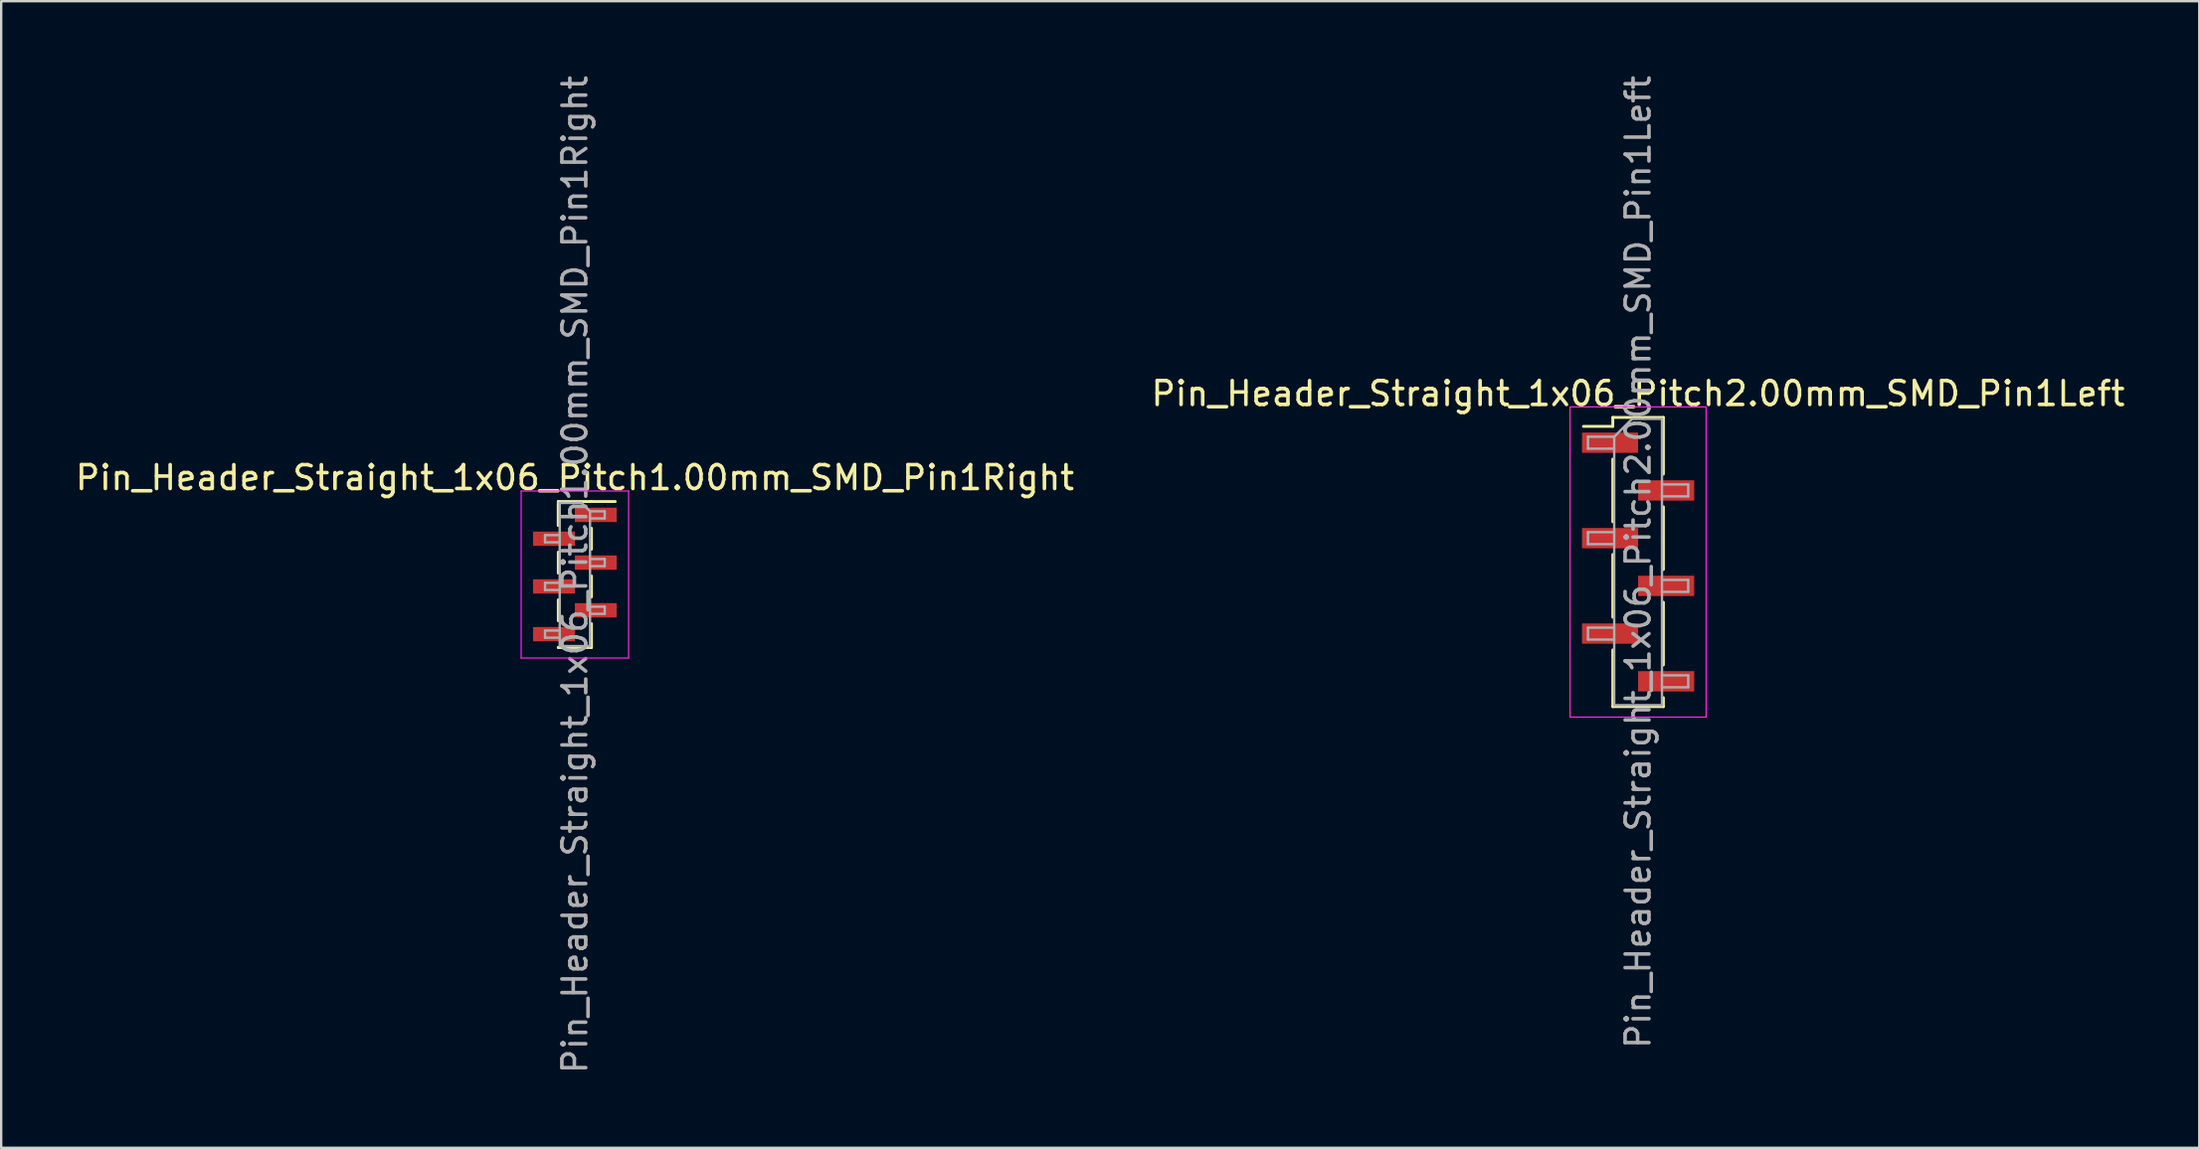
<source format=kicad_pcb>
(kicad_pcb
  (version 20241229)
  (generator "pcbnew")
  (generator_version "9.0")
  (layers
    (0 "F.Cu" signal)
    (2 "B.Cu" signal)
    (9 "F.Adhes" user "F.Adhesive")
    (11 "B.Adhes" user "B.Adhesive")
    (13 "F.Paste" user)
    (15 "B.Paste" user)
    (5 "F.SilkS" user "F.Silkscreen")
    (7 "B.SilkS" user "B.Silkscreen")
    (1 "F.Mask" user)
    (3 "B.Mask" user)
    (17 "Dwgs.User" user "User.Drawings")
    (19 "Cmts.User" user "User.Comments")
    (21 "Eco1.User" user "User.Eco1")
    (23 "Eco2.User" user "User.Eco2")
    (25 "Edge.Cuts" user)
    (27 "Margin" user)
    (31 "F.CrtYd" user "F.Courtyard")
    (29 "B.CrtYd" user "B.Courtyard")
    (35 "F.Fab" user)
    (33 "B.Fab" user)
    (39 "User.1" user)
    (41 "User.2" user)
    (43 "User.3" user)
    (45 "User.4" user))
  (footprint "Pin_Header_Straight_1x06_Pitch1.00mm_SMD_Pin1Right"
    (layer "F.Cu")
    (at 21.03 21.03)
    (property "Reference" "Pin_Header_Straight_1x06_Pitch1.00mm_SMD_Pin1Right" (at 0 -4.06 0) (layer "F.SilkS") (effects (font (size 1 1) (thickness 0.15))))
    (attr smd)
    (fp_line (start -0.695 -3.06) (end -0.695 -2.06) (stroke (width 0.12) (type solid)) (layer "F.SilkS"))
    (fp_line (start -0.695 -3.06) (end 0.695 -3.06) (stroke (width 0.12) (type solid)) (layer "F.SilkS"))
    (fp_line (start -0.695 -2.94) (end -0.695 -2.06) (stroke (width 0.12) (type solid)) (layer "F.SilkS"))
    (fp_line (start -0.695 -0.94) (end -0.695 -0.06) (stroke (width 0.12) (type solid)) (layer "F.SilkS"))
    (fp_line (start -0.695 1.06) (end -0.695 1.94) (stroke (width 0.12) (type solid)) (layer "F.SilkS"))
    (fp_line (start -0.695 3.06) (end -0.695 3.06) (stroke (width 0.12) (type solid)) (layer "F.SilkS"))
    (fp_line (start -0.695 3.06) (end 0.695 3.06) (stroke (width 0.12) (type solid)) (layer "F.SilkS"))
    (fp_line (start 0.695 -3.06) (end 0.695 -3.06) (stroke (width 0.12) (type solid)) (layer "F.SilkS"))
    (fp_line (start 0.695 -3.06) (end 1.69 -3.06) (stroke (width 0.12) (type solid)) (layer "F.SilkS"))
    (fp_line (start 0.695 -1.94) (end 0.695 -1.06) (stroke (width 0.12) (type solid)) (layer "F.SilkS"))
    (fp_line (start 0.695 0.06) (end 0.695 0.94) (stroke (width 0.12) (type solid)) (layer "F.SilkS"))
    (fp_line (start 0.695 2.06) (end 0.695 3.06) (stroke (width 0.12) (type solid)) (layer "F.SilkS"))
    (fp_line (start -2.25 -3.5) (end -2.25 3.5) (stroke (width 0.05) (type solid)) (layer "F.CrtYd"))
    (fp_line (start -2.25 3.5) (end 2.25 3.5) (stroke (width 0.05) (type solid)) (layer "F.CrtYd"))
    (fp_line (start 2.25 -3.5) (end -2.25 -3.5) (stroke (width 0.05) (type solid)) (layer "F.CrtYd"))
    (fp_line (start 2.25 3.5) (end 2.25 -3.5) (stroke (width 0.05) (type solid)) (layer "F.CrtYd"))
    (fp_line (start -1.25 -1.65) (end -1.25 -1.35) (stroke (width 0.1) (type solid)) (layer "F.Fab"))
    (fp_line (start -1.25 -1.35) (end -0.635 -1.35) (stroke (width 0.1) (type solid)) (layer "F.Fab"))
    (fp_line (start -1.25 0.35) (end -1.25 0.65) (stroke (width 0.1) (type solid)) (layer "F.Fab"))
    (fp_line (start -1.25 0.65) (end -0.635 0.65) (stroke (width 0.1) (type solid)) (layer "F.Fab"))
    (fp_line (start -1.25 2.35) (end -1.25 2.65) (stroke (width 0.1) (type solid)) (layer "F.Fab"))
    (fp_line (start -1.25 2.65) (end -0.635 2.65) (stroke (width 0.1) (type solid)) (layer "F.Fab"))
    (fp_line (start -0.635 -3) (end -0.635 3) (stroke (width 0.1) (type solid)) (layer "F.Fab"))
    (fp_line (start -0.635 -3) (end 0.285 -3) (stroke (width 0.1) (type solid)) (layer "F.Fab"))
    (fp_line (start -0.635 -1.65) (end -1.25 -1.65) (stroke (width 0.1) (type solid)) (layer "F.Fab"))
    (fp_line (start -0.635 0.35) (end -1.25 0.35) (stroke (width 0.1) (type solid)) (layer "F.Fab"))
    (fp_line (start -0.635 2.35) (end -1.25 2.35) (stroke (width 0.1) (type solid)) (layer "F.Fab"))
    (fp_line (start 0.635 -2.65) (end 0.285 -3) (stroke (width 0.1) (type solid)) (layer "F.Fab"))
    (fp_line (start 0.635 -2.65) (end 1.25 -2.65) (stroke (width 0.1) (type solid)) (layer "F.Fab"))
    (fp_line (start 0.635 -0.65) (end 1.25 -0.65) (stroke (width 0.1) (type solid)) (layer "F.Fab"))
    (fp_line (start 0.635 1.35) (end 1.25 1.35) (stroke (width 0.1) (type solid)) (layer "F.Fab"))
    (fp_line (start 0.635 3) (end -0.635 3) (stroke (width 0.1) (type solid)) (layer "F.Fab"))
    (fp_line (start 0.635 3) (end 0.635 -2.65) (stroke (width 0.1) (type solid)) (layer "F.Fab"))
    (fp_line (start 1.25 -2.65) (end 1.25 -2.35) (stroke (width 0.1) (type solid)) (layer "F.Fab"))
    (fp_line (start 1.25 -2.35) (end 0.635 -2.35) (stroke (width 0.1) (type solid)) (layer "F.Fab"))
    (fp_line (start 1.25 -0.65) (end 1.25 -0.35) (stroke (width 0.1) (type solid)) (layer "F.Fab"))
    (fp_line (start 1.25 -0.35) (end 0.635 -0.35) (stroke (width 0.1) (type solid)) (layer "F.Fab"))
    (fp_line (start 1.25 1.35) (end 1.25 1.65) (stroke (width 0.1) (type solid)) (layer "F.Fab"))
    (fp_line (start 1.25 1.65) (end 0.635 1.65) (stroke (width 0.1) (type solid)) (layer "F.Fab"))
    (fp_text user "${REFERENCE}" (at 0 0 90) (layer "F.Fab") (effects (font (size 1 1) (thickness 0.15))))
    (pad "1" smd rect (at 0.875 -2.5) (size 1.75 0.6) (layers "F.Cu" "F.Mask" "F.Paste"))
    (pad "2" smd rect (at -0.875 -1.5) (size 1.75 0.6) (layers "F.Cu" "F.Mask" "F.Paste"))
    (pad "3" smd rect (at 0.875 -0.5) (size 1.75 0.6) (layers "F.Cu" "F.Mask" "F.Paste"))
    (pad "4" smd rect (at -0.875 0.5) (size 1.75 0.6) (layers "F.Cu" "F.Mask" "F.Paste"))
    (pad "5" smd rect (at 0.875 1.5) (size 1.75 0.6) (layers "F.Cu" "F.Mask" "F.Paste"))
    (pad "6" smd rect (at -0.875 2.5) (size 1.75 0.6) (layers "F.Cu" "F.Mask" "F.Paste")))
  (footprint "Pin_Header_Straight_1x06_Pitch2.00mm_SMD_Pin1Left"
    (layer "F.Cu")
    (at 65.565 20.506)
    (property "Reference" "Pin_Header_Straight_1x06_Pitch2.00mm_SMD_Pin1Left" (at 0 -7.06 0) (layer "F.SilkS") (effects (font (size 1 1) (thickness 0.15))))
    (attr smd)
    (fp_line (start -1.06 -6.06) (end -1.06 -5.685) (stroke (width 0.12) (type solid)) (layer "F.SilkS"))
    (fp_line (start -1.06 -6.06) (end 1.06 -6.06) (stroke (width 0.12) (type solid)) (layer "F.SilkS"))
    (fp_line (start -1.06 -5.685) (end -2.29 -5.685) (stroke (width 0.12) (type solid)) (layer "F.SilkS"))
    (fp_line (start -1.06 -4.315) (end -1.06 -1.685) (stroke (width 0.12) (type solid)) (layer "F.SilkS"))
    (fp_line (start -1.06 -0.315) (end -1.06 2.315) (stroke (width 0.12) (type solid)) (layer "F.SilkS"))
    (fp_line (start -1.06 3.685) (end -1.06 6.06) (stroke (width 0.12) (type solid)) (layer "F.SilkS"))
    (fp_line (start -1.06 6.06) (end 1.06 6.06) (stroke (width 0.12) (type solid)) (layer "F.SilkS"))
    (fp_line (start 1.06 -6.06) (end 1.06 -3.685) (stroke (width 0.12) (type solid)) (layer "F.SilkS"))
    (fp_line (start 1.06 -2.315) (end 1.06 0.315) (stroke (width 0.12) (type solid)) (layer "F.SilkS"))
    (fp_line (start 1.06 1.685) (end 1.06 4.315) (stroke (width 0.12) (type solid)) (layer "F.SilkS"))
    (fp_line (start 1.06 5.685) (end 1.06 6.06) (stroke (width 0.12) (type solid)) (layer "F.SilkS"))
    (fp_line (start -2.85 -6.5) (end -2.85 6.5) (stroke (width 0.05) (type solid)) (layer "F.CrtYd"))
    (fp_line (start -2.85 6.5) (end 2.85 6.5) (stroke (width 0.05) (type solid)) (layer "F.CrtYd"))
    (fp_line (start 2.85 -6.5) (end -2.85 -6.5) (stroke (width 0.05) (type solid)) (layer "F.CrtYd"))
    (fp_line (start 2.85 6.5) (end 2.85 -6.5) (stroke (width 0.05) (type solid)) (layer "F.CrtYd"))
    (fp_line (start -2.1 -5.25) (end -2.1 -4.75) (stroke (width 0.1) (type solid)) (layer "F.Fab"))
    (fp_line (start -2.1 -4.75) (end -1 -4.75) (stroke (width 0.1) (type solid)) (layer "F.Fab"))
    (fp_line (start -2.1 -1.25) (end -2.1 -0.75) (stroke (width 0.1) (type solid)) (layer "F.Fab"))
    (fp_line (start -2.1 -0.75) (end -1 -0.75) (stroke (width 0.1) (type solid)) (layer "F.Fab"))
    (fp_line (start -2.1 2.75) (end -2.1 3.25) (stroke (width 0.1) (type solid)) (layer "F.Fab"))
    (fp_line (start -2.1 3.25) (end -1 3.25) (stroke (width 0.1) (type solid)) (layer "F.Fab"))
    (fp_line (start -1 -5.25) (end -2.1 -5.25) (stroke (width 0.1) (type solid)) (layer "F.Fab"))
    (fp_line (start -1 -5.25) (end -0.25 -6) (stroke (width 0.1) (type solid)) (layer "F.Fab"))
    (fp_line (start -1 -1.25) (end -2.1 -1.25) (stroke (width 0.1) (type solid)) (layer "F.Fab"))
    (fp_line (start -1 2.75) (end -2.1 2.75) (stroke (width 0.1) (type solid)) (layer "F.Fab"))
    (fp_line (start -1 6) (end -1 -5.25) (stroke (width 0.1) (type solid)) (layer "F.Fab"))
    (fp_line (start -0.25 -6) (end 1 -6) (stroke (width 0.1) (type solid)) (layer "F.Fab"))
    (fp_line (start 1 -6) (end 1 6) (stroke (width 0.1) (type solid)) (layer "F.Fab"))
    (fp_line (start 1 -3.25) (end 2.1 -3.25) (stroke (width 0.1) (type solid)) (layer "F.Fab"))
    (fp_line (start 1 0.75) (end 2.1 0.75) (stroke (width 0.1) (type solid)) (layer "F.Fab"))
    (fp_line (start 1 4.75) (end 2.1 4.75) (stroke (width 0.1) (type solid)) (layer "F.Fab"))
    (fp_line (start 1 6) (end -1 6) (stroke (width 0.1) (type solid)) (layer "F.Fab"))
    (fp_line (start 2.1 -3.25) (end 2.1 -2.75) (stroke (width 0.1) (type solid)) (layer "F.Fab"))
    (fp_line (start 2.1 -2.75) (end 1 -2.75) (stroke (width 0.1) (type solid)) (layer "F.Fab"))
    (fp_line (start 2.1 0.75) (end 2.1 1.25) (stroke (width 0.1) (type solid)) (layer "F.Fab"))
    (fp_line (start 2.1 1.25) (end 1 1.25) (stroke (width 0.1) (type solid)) (layer "F.Fab"))
    (fp_line (start 2.1 4.75) (end 2.1 5.25) (stroke (width 0.1) (type solid)) (layer "F.Fab"))
    (fp_line (start 2.1 5.25) (end 1 5.25) (stroke (width 0.1) (type solid)) (layer "F.Fab"))
    (fp_text user "${REFERENCE}" (at 0 0 90) (layer "F.Fab") (effects (font (size 1 1) (thickness 0.15))))
    (pad "1" smd rect (at -1.175 -5) (size 2.35 0.85) (layers "F.Cu" "F.Mask" "F.Paste"))
    (pad "2" smd rect (at 1.175 -3) (size 2.35 0.85) (layers "F.Cu" "F.Mask" "F.Paste"))
    (pad "3" smd rect (at -1.175 -1) (size 2.35 0.85) (layers "F.Cu" "F.Mask" "F.Paste"))
    (pad "4" smd rect (at 1.175 1) (size 2.35 0.85) (layers "F.Cu" "F.Mask" "F.Paste"))
    (pad "5" smd rect (at -1.175 3) (size 2.35 0.85) (layers "F.Cu" "F.Mask" "F.Paste"))
    (pad "6" smd rect (at 1.175 5) (size 2.35 0.85) (layers "F.Cu" "F.Mask" "F.Paste")))
  (gr_rect
    (start -3 -3)
    (end 89.071 45.06)
    (stroke (width 0.1) (type default))
    (fill no)
    (layer "Edge.Cuts")))
</source>
